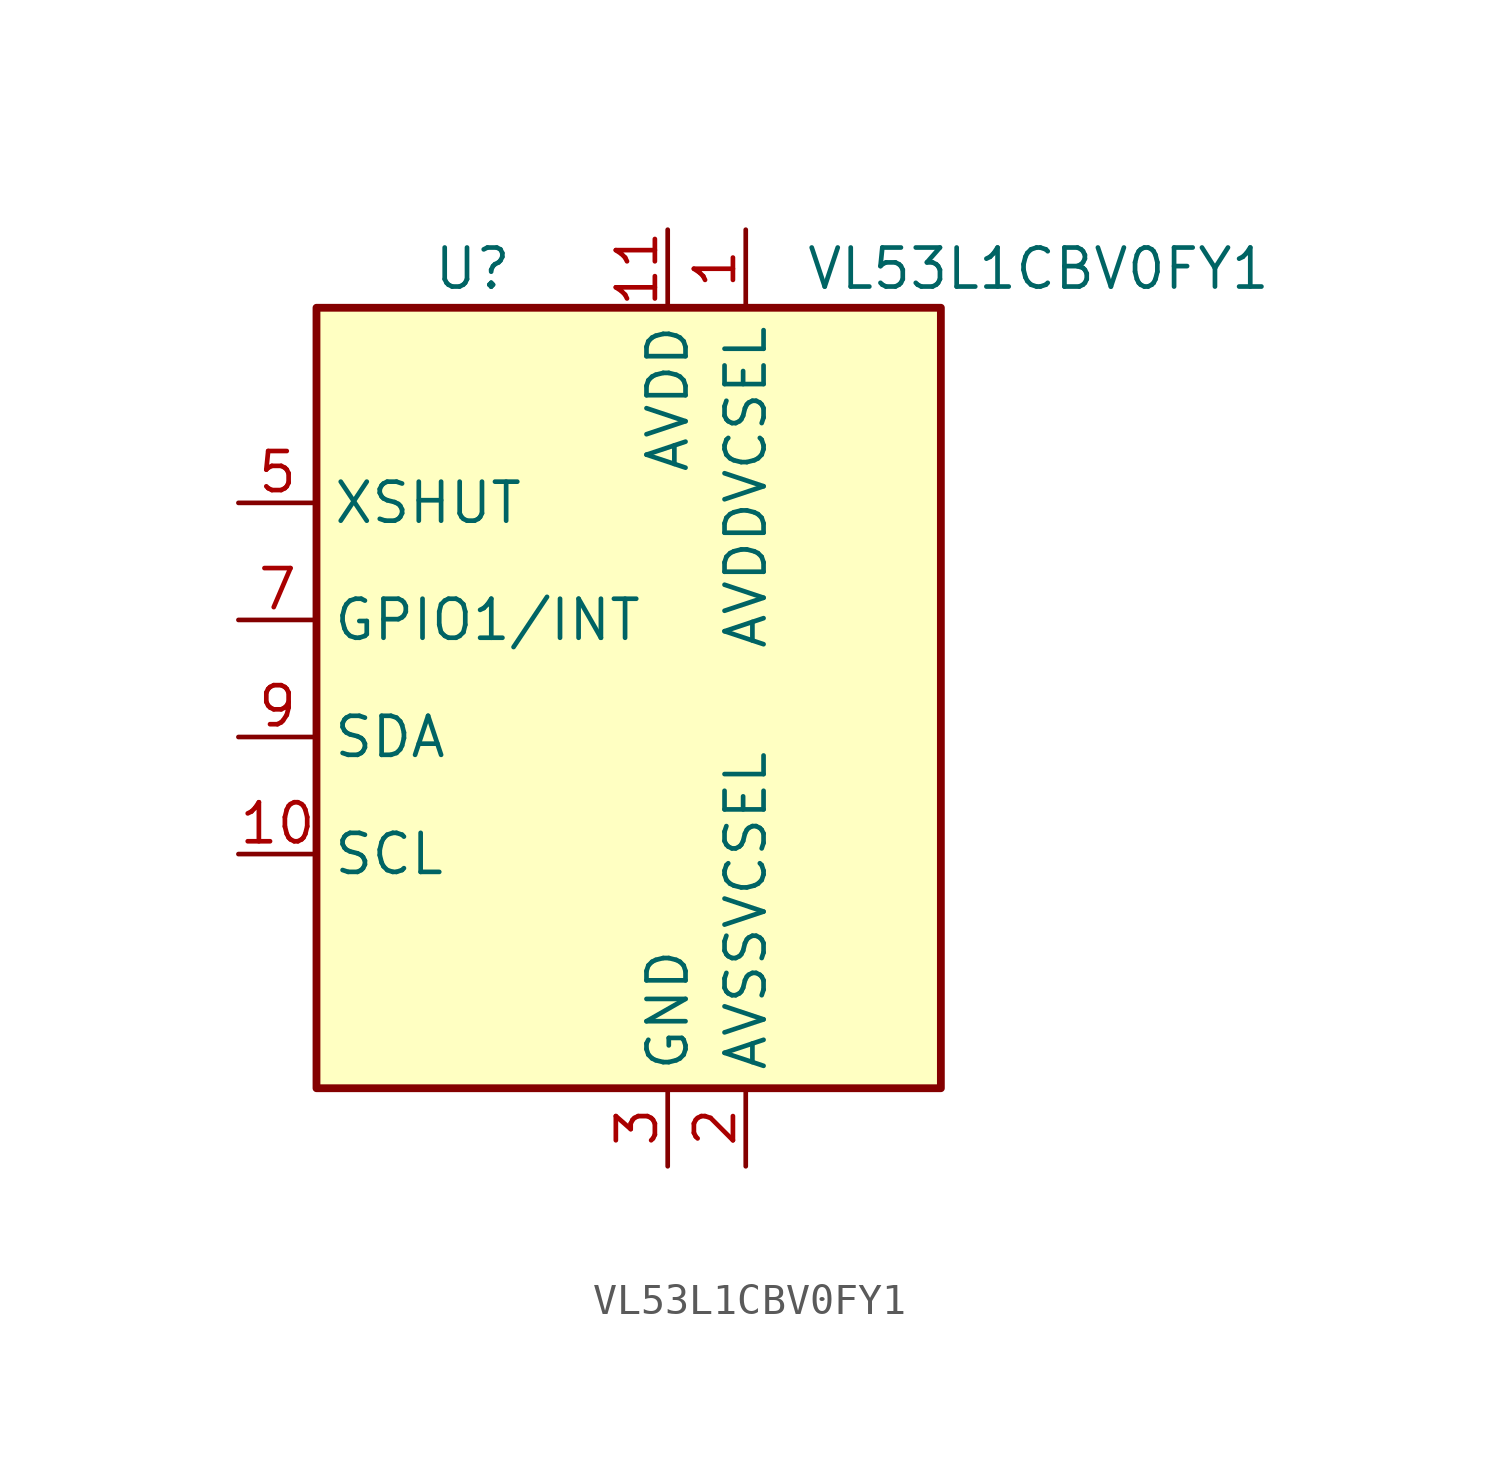
<source format=kicad_sym>
(kicad_symbol_lib
  (version 20211014)
  (generator kicad_symbol_editor)
  (symbol "VL53L1CBV0FY1"
    (property "Reference" "U"
      (at -5.08 13.97 0)
      (effects (font (size 1.27 1.27))))
    (property "Value" "VL53L1CBV0FY1"
      (at 13.335 13.97 0)
      (effects (font (size 1.27 1.27))))
    (symbol "VL53L1CBV0FY1_0_1"
      (rectangle (start -10.16 12.7) (end 10.16 -12.7) (stroke (width 0.254) (type default) (color 0 0 0 0)) (fill (type background))))
    (symbol "VL53L1CBV0FY1_1_1"
      (pin power_in line (at 3.81 15.24 270) (length 2.54) (name "AVDDVCSEL" (effects (font (size 1.27 1.27)))) (number "1" (effects (font (size 1.27 1.27)))))
      (pin input line (at -12.7 -5.08 0) (length 2.54) (name "SCL" (effects (font (size 1.27 1.27)))) (number "10" (effects (font (size 1.27 1.27)))))
      (pin power_in line (at 1.27 15.24 270) (length 2.54) (name "AVDD" (effects (font (size 1.27 1.27)))) (number "11" (effects (font (size 1.27 1.27)))))
      (pin passive line (at 1.27 -15.24 90) (length 2.54) hide (name "GND" (effects (font (size 1.27 1.27)))) (number "12" (effects (font (size 1.27 1.27)))))
      (pin power_in line (at 3.81 -15.24 90) (length 2.54) (name "AVSSVCSEL" (effects (font (size 1.27 1.27)))) (number "2" (effects (font (size 1.27 1.27)))))
      (pin power_in line (at 1.27 -15.24 90) (length 2.54) (name "GND" (effects (font (size 1.27 1.27)))) (number "3" (effects (font (size 1.27 1.27)))))
      (pin passive line (at 1.27 -15.24 90) (length 2.54) hide (name "GND" (effects (font (size 1.27 1.27)))) (number "4" (effects (font (size 1.27 1.27)))))
      (pin input line (at -12.7 6.35 0) (length 2.54) (name "XSHUT" (effects (font (size 1.27 1.27)))) (number "5" (effects (font (size 1.27 1.27)))))
      (pin passive line (at 1.27 -15.24 90) (length 2.54) hide (name "GND" (effects (font (size 1.27 1.27)))) (number "6" (effects (font (size 1.27 1.27)))))
      (pin open_collector line (at -12.7 2.54 0) (length 2.54) (name "GPIO1/INT" (effects (font (size 1.27 1.27)))) (number "7" (effects (font (size 1.27 1.27)))))
      (pin no_connect line (at -10.16 -7.62 0) (length 2.54) hide (name "DNC" (effects (font (size 1.27 1.27)))) (number "8" (effects (font (size 1.27 1.27)))))
      (pin bidirectional line (at -12.7 -1.27 0) (length 2.54) (name "SDA" (effects (font (size 1.27 1.27)))) (number "9" (effects (font (size 1.27 1.27))))))))
</source>
